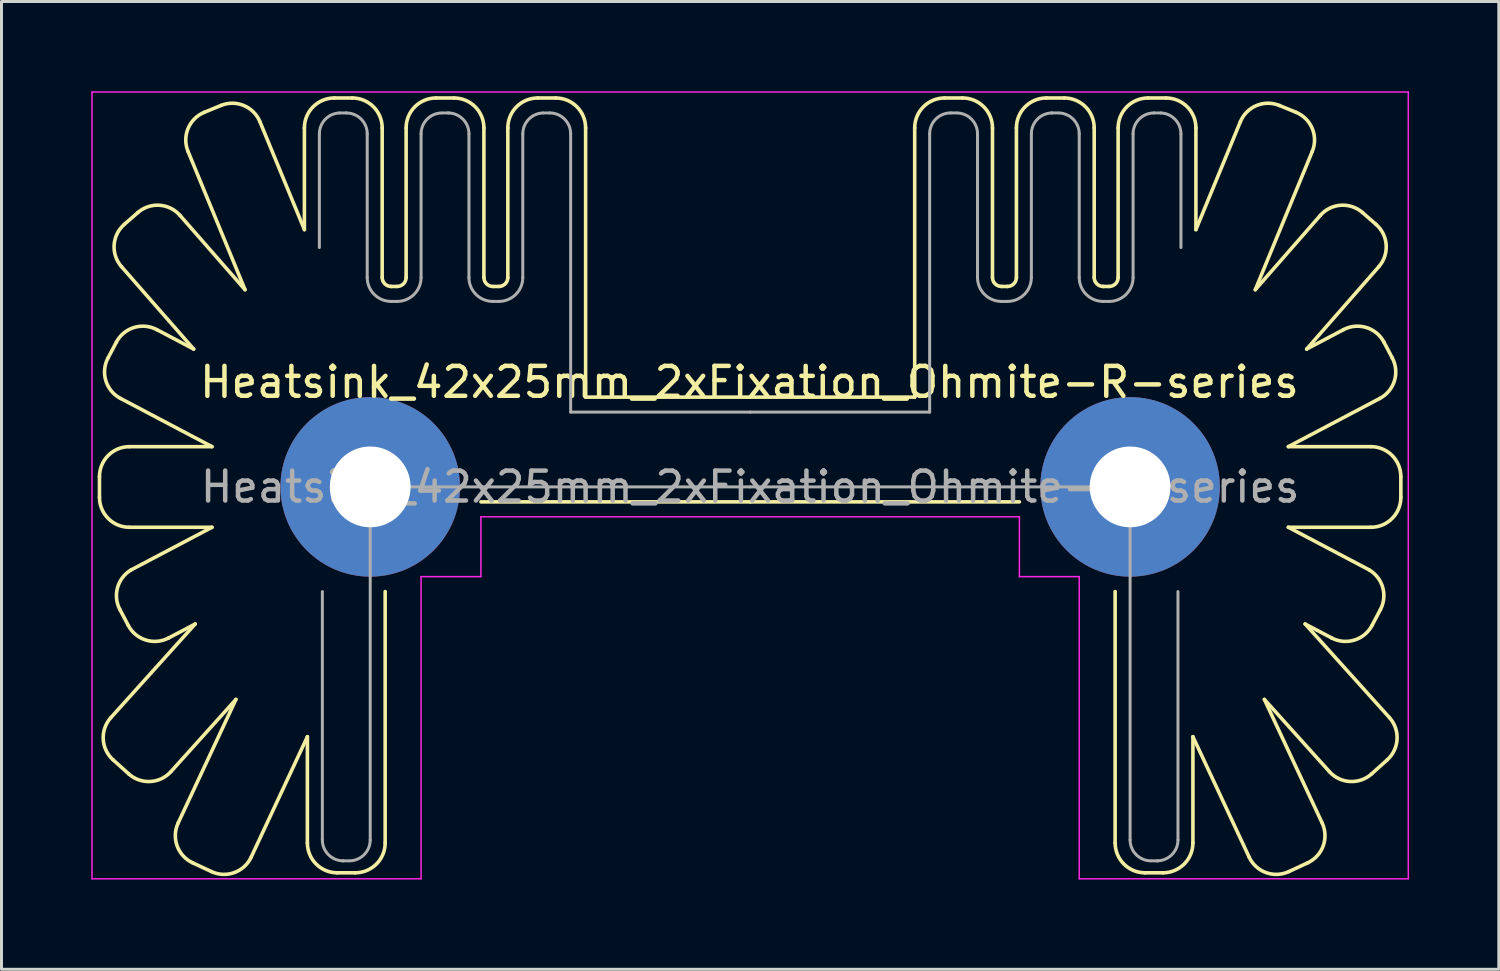
<source format=kicad_pcb>
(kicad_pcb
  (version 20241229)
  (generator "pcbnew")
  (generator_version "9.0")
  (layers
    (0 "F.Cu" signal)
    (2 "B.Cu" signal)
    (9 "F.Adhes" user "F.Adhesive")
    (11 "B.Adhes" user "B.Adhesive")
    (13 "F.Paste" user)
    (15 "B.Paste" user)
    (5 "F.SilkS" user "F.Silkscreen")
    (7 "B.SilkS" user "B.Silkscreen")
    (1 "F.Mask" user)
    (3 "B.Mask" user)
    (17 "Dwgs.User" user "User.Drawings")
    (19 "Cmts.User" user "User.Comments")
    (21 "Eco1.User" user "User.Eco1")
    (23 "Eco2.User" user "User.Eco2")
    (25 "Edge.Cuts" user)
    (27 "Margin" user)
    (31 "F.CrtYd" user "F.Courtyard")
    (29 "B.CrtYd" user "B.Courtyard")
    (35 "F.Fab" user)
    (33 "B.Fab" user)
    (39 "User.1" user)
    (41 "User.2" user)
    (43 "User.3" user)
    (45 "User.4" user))
  (footprint "Heatsink_42x25mm_2xFixation_Ohmite-R-series"
    (layer "F.Cu")
    (at 22.025 13.225)
    (property "Reference" "Heatsink_42x25mm_2xFixation_Ohmite-R-series" (at -0.025 -3.5 0) (layer "F.SilkS") (effects (font (size 1 1) (thickness 0.15))))
    (attr through_hole)
    (fp_line (start -21.75 -0.345) (end -21.75 0.35) (stroke (width 0.12) (type solid)) (layer "F.SilkS"))
    (fp_line (start -21.295 9.124) (end -20.774 9.592) (stroke (width 0.12) (type solid)) (layer "F.SilkS"))
    (fp_line (start -21.185 -4.838) (end -21.465 -4.308) (stroke (width 0.12) (type solid)) (layer "F.SilkS"))
    (fp_line (start -21.047 -2.957) (end -17.989 -1.345) (stroke (width 0.12) (type solid)) (layer "F.SilkS"))
    (fp_line (start -21.015 -7.363) (end -18.602 -4.607) (stroke (width 0.12) (type solid)) (layer "F.SilkS"))
    (fp_line (start -20.787 4.631) (end -21.067 4.101) (stroke (width 0.12) (type solid)) (layer "F.SilkS"))
    (fp_line (start -20.469 -9.169) (end -20.921 -8.774) (stroke (width 0.12) (type solid)) (layer "F.SilkS"))
    (fp_line (start -18.637 12.566) (end -18.007 12.859) (stroke (width 0.12) (type solid)) (layer "F.SilkS"))
    (fp_line (start -18.602 -4.607) (end -19.834 -5.257) (stroke (width 0.12) (type solid)) (layer "F.SilkS"))
    (fp_line (start -18.551 4.583) (end -21.369 7.712) (stroke (width 0.12) (type solid)) (layer "F.SilkS"))
    (fp_line (start -18.551 4.583) (end -19.437 5.049) (stroke (width 0.12) (type solid)) (layer "F.SilkS"))
    (fp_line (start -17.989 -1.345) (end -20.75 -1.345) (stroke (width 0.12) (type solid)) (layer "F.SilkS"))
    (fp_line (start -17.989 1.35) (end -20.75 1.35) (stroke (width 0.12) (type solid)) (layer "F.SilkS"))
    (fp_line (start -17.989 1.35) (end -20.697 2.777) (stroke (width 0.12) (type solid)) (layer "F.SilkS"))
    (fp_line (start -17.692 -12.749) (end -18.247 -12.521) (stroke (width 0.12) (type solid)) (layer "F.SilkS"))
    (fp_line (start -17.189 7.105) (end -19.362 9.518) (stroke (width 0.12) (type solid)) (layer "F.SilkS"))
    (fp_line (start -17.189 7.105) (end -19.121 11.237) (stroke (width 0.12) (type solid)) (layer "F.SilkS"))
    (fp_line (start -16.885 -6.592) (end -19.058 -9.075) (stroke (width 0.12) (type solid)) (layer "F.SilkS"))
    (fp_line (start -16.885 -6.592) (end -18.79 -11.215) (stroke (width 0.12) (type solid)) (layer "F.SilkS"))
    (fp_line (start -14.9 -12) (end -14.9 -8.6) (stroke (width 0.12) (type solid)) (layer "F.SilkS"))
    (fp_line (start -14.9 -8.6) (end -16.386 -12.206) (stroke (width 0.12) (type solid)) (layer "F.SilkS"))
    (fp_line (start -14.8 8.35) (end -16.679 12.375) (stroke (width 0.12) (type solid)) (layer "F.SilkS"))
    (fp_line (start -14.8 8.35) (end -14.8 11.9) (stroke (width 0.12) (type solid)) (layer "F.SilkS"))
    (fp_line (start -13.8 12.9) (end -13.2 12.9) (stroke (width 0.12) (type solid)) (layer "F.SilkS"))
    (fp_line (start -13.3 -13) (end -13.9 -13) (stroke (width 0.12) (type solid)) (layer "F.SilkS"))
    (fp_line (start -12.3 -7) (end -12.3 -12) (stroke (width 0.12) (type solid)) (layer "F.SilkS"))
    (fp_line (start -12.2 3.5) (end -12.2 11.9) (stroke (width 0.12) (type solid)) (layer "F.SilkS"))
    (fp_line (start -11.8 -6.7) (end -12 -6.7) (stroke (width 0.12) (type solid)) (layer "F.SilkS"))
    (fp_line (start -11.5 -12) (end -11.5 -7) (stroke (width 0.12) (type solid)) (layer "F.SilkS"))
    (fp_line (start -9.9 -13) (end -10.5 -13) (stroke (width 0.12) (type solid)) (layer "F.SilkS"))
    (fp_line (start -8.9 -7) (end -8.9 -12) (stroke (width 0.12) (type solid)) (layer "F.SilkS"))
    (fp_line (start -8.4 -6.7) (end -8.6 -6.7) (stroke (width 0.12) (type solid)) (layer "F.SilkS"))
    (fp_line (start -8.1 -12) (end -8.1 -7) (stroke (width 0.12) (type solid)) (layer "F.SilkS"))
    (fp_line (start -6.5 -13) (end -7.1 -13) (stroke (width 0.12) (type solid)) (layer "F.SilkS"))
    (fp_line (start -5.5 -3) (end -5.5 -12) (stroke (width 0.12) (type solid)) (layer "F.SilkS"))
    (fp_line (start 0 -3) (end -5.5 -3) (stroke (width 0.12) (type solid)) (layer "F.SilkS"))
    (fp_line (start 0 -3) (end 5.5 -3) (stroke (width 0.12) (type solid)) (layer "F.SilkS"))
    (fp_line (start 0 0.5) (end -9 0.5) (stroke (width 0.12) (type solid)) (layer "F.SilkS"))
    (fp_line (start 0 0.5) (end 9 0.5) (stroke (width 0.12) (type solid)) (layer "F.SilkS"))
    (fp_line (start 5.5 -3) (end 5.5 -12) (stroke (width 0.12) (type solid)) (layer "F.SilkS"))
    (fp_line (start 6.5 -13) (end 7.1 -13) (stroke (width 0.12) (type solid)) (layer "F.SilkS"))
    (fp_line (start 8.1 -12) (end 8.1 -7) (stroke (width 0.12) (type solid)) (layer "F.SilkS"))
    (fp_line (start 8.4 -6.7) (end 8.6 -6.7) (stroke (width 0.12) (type solid)) (layer "F.SilkS"))
    (fp_line (start 8.9 -7) (end 8.9 -12) (stroke (width 0.12) (type solid)) (layer "F.SilkS"))
    (fp_line (start 9.9 -13) (end 10.5 -13) (stroke (width 0.12) (type solid)) (layer "F.SilkS"))
    (fp_line (start 11.5 -12) (end 11.5 -7) (stroke (width 0.12) (type solid)) (layer "F.SilkS"))
    (fp_line (start 11.8 -6.7) (end 12 -6.7) (stroke (width 0.12) (type solid)) (layer "F.SilkS"))
    (fp_line (start 12.2 3.5) (end 12.2 11.9) (stroke (width 0.12) (type solid)) (layer "F.SilkS"))
    (fp_line (start 12.3 -7) (end 12.3 -12) (stroke (width 0.12) (type solid)) (layer "F.SilkS"))
    (fp_line (start 13.3 -13) (end 13.9 -13) (stroke (width 0.12) (type solid)) (layer "F.SilkS"))
    (fp_line (start 13.8 12.9) (end 13.2 12.9) (stroke (width 0.12) (type solid)) (layer "F.SilkS"))
    (fp_line (start 14.8 8.35) (end 14.8 11.9) (stroke (width 0.12) (type solid)) (layer "F.SilkS"))
    (fp_line (start 14.8 8.35) (end 16.679 12.375) (stroke (width 0.12) (type solid)) (layer "F.SilkS"))
    (fp_line (start 14.9 -12) (end 14.9 -8.6) (stroke (width 0.12) (type solid)) (layer "F.SilkS"))
    (fp_line (start 14.9 -8.6) (end 16.386 -12.206) (stroke (width 0.12) (type solid)) (layer "F.SilkS"))
    (fp_line (start 16.885 -6.592) (end 18.79 -11.215) (stroke (width 0.12) (type solid)) (layer "F.SilkS"))
    (fp_line (start 16.885 -6.592) (end 19.058 -9.075) (stroke (width 0.12) (type solid)) (layer "F.SilkS"))
    (fp_line (start 17.189 7.105) (end 19.121 11.237) (stroke (width 0.12) (type solid)) (layer "F.SilkS"))
    (fp_line (start 17.189 7.105) (end 19.362 9.518) (stroke (width 0.12) (type solid)) (layer "F.SilkS"))
    (fp_line (start 17.692 -12.749) (end 18.247 -12.521) (stroke (width 0.12) (type solid)) (layer "F.SilkS"))
    (fp_line (start 17.989 -1.345) (end 20.75 -1.345) (stroke (width 0.12) (type solid)) (layer "F.SilkS"))
    (fp_line (start 17.989 1.35) (end 20.697 2.777) (stroke (width 0.12) (type solid)) (layer "F.SilkS"))
    (fp_line (start 17.989 1.35) (end 20.75 1.35) (stroke (width 0.12) (type solid)) (layer "F.SilkS"))
    (fp_line (start 18.551 4.583) (end 19.437 5.049) (stroke (width 0.12) (type solid)) (layer "F.SilkS"))
    (fp_line (start 18.551 4.583) (end 21.369 7.712) (stroke (width 0.12) (type solid)) (layer "F.SilkS"))
    (fp_line (start 18.602 -4.607) (end 19.834 -5.257) (stroke (width 0.12) (type solid)) (layer "F.SilkS"))
    (fp_line (start 18.637 12.566) (end 18.007 12.859) (stroke (width 0.12) (type solid)) (layer "F.SilkS"))
    (fp_line (start 20.469 -9.169) (end 20.921 -8.774) (stroke (width 0.12) (type solid)) (layer "F.SilkS"))
    (fp_line (start 20.787 4.631) (end 21.067 4.101) (stroke (width 0.12) (type solid)) (layer "F.SilkS"))
    (fp_line (start 21.015 -7.363) (end 18.602 -4.607) (stroke (width 0.12) (type solid)) (layer "F.SilkS"))
    (fp_line (start 21.047 -2.957) (end 17.989 -1.345) (stroke (width 0.12) (type solid)) (layer "F.SilkS"))
    (fp_line (start 21.185 -4.838) (end 21.465 -4.308) (stroke (width 0.12) (type solid)) (layer "F.SilkS"))
    (fp_line (start 21.295 9.124) (end 20.774 9.592) (stroke (width 0.12) (type solid)) (layer "F.SilkS"))
    (fp_line (start 21.75 -0.345) (end 21.75 0.35) (stroke (width 0.12) (type solid)) (layer "F.SilkS"))
    (fp_arc (start -21.75 -0.34452) (mid -21.457107 -1.051627) (end -20.75 -1.34452) (stroke (width 0.12) (type solid)) (layer "F.SilkS"))
    (fp_arc (start -21.294523 9.123986) (mid -21.624022 8.433177) (end -21.368537 7.71171) (stroke (width 0.12) (type solid)) (layer "F.SilkS"))
    (fp_arc (start -21.185447 -4.838378) (mid -20.596574 -5.32727) (end -19.834479 -5.256572) (stroke (width 0.12) (type solid)) (layer "F.SilkS"))
    (fp_arc (start -21.067316 4.100505) (mid -21.145601 3.365146) (end -20.696747 2.777429) (stroke (width 0.12) (type solid)) (layer "F.SilkS"))
    (fp_arc (start -21.047085 -2.956661) (mid -21.535977 -3.545534) (end -21.465279 -4.307629) (stroke (width 0.12) (type solid)) (layer "F.SilkS"))
    (fp_arc (start -21.014596 -7.362593) (mid -21.259982 -8.087556) (end -20.92087 -8.773697) (stroke (width 0.12) (type solid)) (layer "F.SilkS"))
    (fp_arc (start -20.75 1.35) (mid -21.457107 1.057107) (end -21.75 0.35) (stroke (width 0.12) (type solid)) (layer "F.SilkS"))
    (fp_arc (start -20.469421 -9.168911) (mid -19.744458 -9.414297) (end -19.058317 -9.075185) (stroke (width 0.12) (type solid)) (layer "F.SilkS"))
    (fp_arc (start -19.436516 5.049448) (mid -20.198611 5.120146) (end -20.787484 4.631254) (stroke (width 0.12) (type solid)) (layer "F.SilkS"))
    (fp_arc (start -19.362046 9.518363) (mid -20.052855 9.847862) (end -20.774322 9.592377) (stroke (width 0.12) (type solid)) (layer "F.SilkS"))
    (fp_arc (start -18.789995 -11.214946) (mid -18.788659 -11.980313) (end -18.246519 -12.520564) (stroke (width 0.12) (type solid)) (layer "F.SilkS"))
    (fp_arc (start -18.636916 12.565527) (mid -19.15399 12.001239) (end -19.120604 11.236601) (stroke (width 0.12) (type solid)) (layer "F.SilkS"))
    (fp_arc (start -17.691791 -12.749206) (mid -16.926426 -12.74787) (end -16.386175 -12.20573) (stroke (width 0.12) (type solid)) (layer "F.SilkS"))
    (fp_arc (start -16.678541 12.375356) (mid -17.242829 12.89243) (end -18.007467 12.859044) (stroke (width 0.12) (type solid)) (layer "F.SilkS"))
    (fp_arc (start -14.9 -12) (mid -14.607107 -12.707107) (end -13.9 -13) (stroke (width 0.12) (type solid)) (layer "F.SilkS"))
    (fp_arc (start -13.8 12.9) (mid -14.507107 12.607107) (end -14.8 11.9) (stroke (width 0.12) (type solid)) (layer "F.SilkS"))
    (fp_arc (start -13.3 -13) (mid -12.592893 -12.707107) (end -12.3 -12) (stroke (width 0.12) (type solid)) (layer "F.SilkS"))
    (fp_arc (start -12.2 11.9) (mid -12.492893 12.607107) (end -13.2 12.9) (stroke (width 0.12) (type solid)) (layer "F.SilkS"))
    (fp_arc (start -12 -6.7) (mid -12.212132 -6.787868) (end -12.3 -7) (stroke (width 0.12) (type solid)) (layer "F.SilkS"))
    (fp_arc (start -11.5 -12) (mid -11.207107 -12.707107) (end -10.5 -13) (stroke (width 0.12) (type solid)) (layer "F.SilkS"))
    (fp_arc (start -11.5 -7) (mid -11.587868 -6.787868) (end -11.8 -6.7) (stroke (width 0.12) (type solid)) (layer "F.SilkS"))
    (fp_arc (start -9.9 -13) (mid -9.192893 -12.707107) (end -8.9 -12) (stroke (width 0.12) (type solid)) (layer "F.SilkS"))
    (fp_arc (start -8.6 -6.7) (mid -8.812132 -6.787868) (end -8.9 -7) (stroke (width 0.12) (type solid)) (layer "F.SilkS"))
    (fp_arc (start -8.1 -12) (mid -7.807107 -12.707107) (end -7.1 -13) (stroke (width 0.12) (type solid)) (layer "F.SilkS"))
    (fp_arc (start -8.1 -7) (mid -8.187868 -6.787868) (end -8.4 -6.7) (stroke (width 0.12) (type solid)) (layer "F.SilkS"))
    (fp_arc (start -6.5 -13) (mid -5.792893 -12.707107) (end -5.5 -12) (stroke (width 0.12) (type solid)) (layer "F.SilkS"))
    (fp_arc (start 5.5 -12) (mid 5.792893 -12.707107) (end 6.5 -13) (stroke (width 0.12) (type solid)) (layer "F.SilkS"))
    (fp_arc (start 7.1 -13) (mid 7.807107 -12.707107) (end 8.1 -12) (stroke (width 0.12) (type solid)) (layer "F.SilkS"))
    (fp_arc (start 8.4 -6.7) (mid 8.187868 -6.787868) (end 8.1 -7) (stroke (width 0.12) (type solid)) (layer "F.SilkS"))
    (fp_arc (start 8.9 -12) (mid 9.192893 -12.707107) (end 9.9 -13) (stroke (width 0.12) (type solid)) (layer "F.SilkS"))
    (fp_arc (start 8.9 -7) (mid 8.812132 -6.787868) (end 8.6 -6.7) (stroke (width 0.12) (type solid)) (layer "F.SilkS"))
    (fp_arc (start 10.5 -13) (mid 11.207107 -12.707107) (end 11.5 -12) (stroke (width 0.12) (type solid)) (layer "F.SilkS"))
    (fp_arc (start 11.8 -6.7) (mid 11.587868 -6.787868) (end 11.5 -7) (stroke (width 0.12) (type solid)) (layer "F.SilkS"))
    (fp_arc (start 12.3 -12) (mid 12.592893 -12.707107) (end 13.3 -13) (stroke (width 0.12) (type solid)) (layer "F.SilkS"))
    (fp_arc (start 12.3 -7) (mid 12.212132 -6.787868) (end 12 -6.7) (stroke (width 0.12) (type solid)) (layer "F.SilkS"))
    (fp_arc (start 13.2 12.9) (mid 12.492893 12.607107) (end 12.2 11.9) (stroke (width 0.12) (type solid)) (layer "F.SilkS"))
    (fp_arc (start 13.9 -13) (mid 14.607107 -12.707107) (end 14.9 -12) (stroke (width 0.12) (type solid)) (layer "F.SilkS"))
    (fp_arc (start 14.8 11.9) (mid 14.507107 12.607107) (end 13.8 12.9) (stroke (width 0.12) (type solid)) (layer "F.SilkS"))
    (fp_arc (start 16.386175 -12.20573) (mid 16.926425 -12.74787) (end 17.691791 -12.749206) (stroke (width 0.12) (type solid)) (layer "F.SilkS"))
    (fp_arc (start 18.007467 12.859044) (mid 17.242829 12.89243) (end 16.678541 12.375356) (stroke (width 0.12) (type solid)) (layer "F.SilkS"))
    (fp_arc (start 18.246519 -12.520564) (mid 18.788659 -11.980313) (end 18.789995 -11.214946) (stroke (width 0.12) (type solid)) (layer "F.SilkS"))
    (fp_arc (start 19.058317 -9.075185) (mid 19.744458 -9.414297) (end 20.469421 -9.168911) (stroke (width 0.12) (type solid)) (layer "F.SilkS"))
    (fp_arc (start 19.120604 11.236601) (mid 19.15399 12.001239) (end 18.636916 12.565527) (stroke (width 0.12) (type solid)) (layer "F.SilkS"))
    (fp_arc (start 19.834479 -5.256572) (mid 20.596574 -5.32727) (end 21.185447 -4.838378) (stroke (width 0.12) (type solid)) (layer "F.SilkS"))
    (fp_arc (start 20.696747 2.777429) (mid 21.145601 3.365146) (end 21.067316 4.100505) (stroke (width 0.12) (type solid)) (layer "F.SilkS"))
    (fp_arc (start 20.75 -1.34452) (mid 21.457107 -1.051627) (end 21.75 -0.34452) (stroke (width 0.12) (type solid)) (layer "F.SilkS"))
    (fp_arc (start 20.774322 9.592377) (mid 20.052855 9.847862) (end 19.362046 9.518363) (stroke (width 0.12) (type solid)) (layer "F.SilkS"))
    (fp_arc (start 20.787484 4.631254) (mid 20.198611 5.120146) (end 19.436516 5.049448) (stroke (width 0.12) (type solid)) (layer "F.SilkS"))
    (fp_arc (start 20.92087 -8.773697) (mid 21.259982 -8.087556) (end 21.014596 -7.362593) (stroke (width 0.12) (type solid)) (layer "F.SilkS"))
    (fp_arc (start 21.368537 7.71171) (mid 21.624022 8.433177) (end 21.294523 9.123986) (stroke (width 0.12) (type solid)) (layer "F.SilkS"))
    (fp_arc (start 21.465279 -4.307629) (mid 21.535977 -3.545534) (end 21.047085 -2.956661) (stroke (width 0.12) (type solid)) (layer "F.SilkS"))
    (fp_arc (start 21.75 0.35) (mid 21.457107 1.057107) (end 20.75 1.35) (stroke (width 0.12) (type solid)) (layer "F.SilkS"))
    (fp_line (start -22 -13.2) (end -22 13.1) (stroke (width 0.05) (type solid)) (layer "F.CrtYd"))
    (fp_line (start -22 -13.2) (end 22 -13.2) (stroke (width 0.05) (type solid)) (layer "F.CrtYd"))
    (fp_line (start -11 3) (end -9 3) (stroke (width 0.05) (type solid)) (layer "F.CrtYd"))
    (fp_line (start -11 13.1) (end -22 13.1) (stroke (width 0.05) (type solid)) (layer "F.CrtYd"))
    (fp_line (start -11 13.1) (end -11 3) (stroke (width 0.05) (type solid)) (layer "F.CrtYd"))
    (fp_line (start -9 1) (end 9 1) (stroke (width 0.05) (type solid)) (layer "F.CrtYd"))
    (fp_line (start -9 3) (end -9 1) (stroke (width 0.05) (type solid)) (layer "F.CrtYd"))
    (fp_line (start 9 3) (end 9 1) (stroke (width 0.05) (type solid)) (layer "F.CrtYd"))
    (fp_line (start 9 3) (end 11 3) (stroke (width 0.05) (type solid)) (layer "F.CrtYd"))
    (fp_line (start 11 13.1) (end 11 3) (stroke (width 0.05) (type solid)) (layer "F.CrtYd"))
    (fp_line (start 22 13.1) (end 11 13.1) (stroke (width 0.05) (type solid)) (layer "F.CrtYd"))
    (fp_line (start 22 13.1) (end 22 -13.2) (stroke (width 0.05) (type solid)) (layer "F.CrtYd"))
    (fp_line (start -14.4 -8) (end -14.4 -11.8) (stroke (width 0.1) (type solid)) (layer "F.Fab"))
    (fp_line (start -14.3 3.5) (end -14.3 11.8) (stroke (width 0.1) (type solid)) (layer "F.Fab"))
    (fp_line (start -13.626 12.5) (end -13.4 12.5) (stroke (width 0.1) (type solid)) (layer "F.Fab"))
    (fp_line (start -13.5 -12.5) (end -13.725 -12.5) (stroke (width 0.1) (type solid)) (layer "F.Fab"))
    (fp_line (start -12.8 -7) (end -12.8 -11.8) (stroke (width 0.1) (type solid)) (layer "F.Fab"))
    (fp_line (start -12.7 1.15) (end -12.7 11.8) (stroke (width 0.1) (type solid)) (layer "F.Fab"))
    (fp_line (start -11.8 -6.2) (end -12 -6.2) (stroke (width 0.1) (type solid)) (layer "F.Fab"))
    (fp_line (start -11 -11.8) (end -11 -7) (stroke (width 0.1) (type solid)) (layer "F.Fab"))
    (fp_line (start -10.074 -12.5) (end -10.3 -12.5) (stroke (width 0.1) (type solid)) (layer "F.Fab"))
    (fp_line (start -9.4 -7) (end -9.4 -11.8) (stroke (width 0.1) (type solid)) (layer "F.Fab"))
    (fp_line (start -8.4 -6.2) (end -8.6 -6.2) (stroke (width 0.1) (type solid)) (layer "F.Fab"))
    (fp_line (start -7.6 -11.8) (end -7.6 -7) (stroke (width 0.1) (type solid)) (layer "F.Fab"))
    (fp_line (start -6.7 -12.5) (end -6.9 -12.5) (stroke (width 0.1) (type solid)) (layer "F.Fab"))
    (fp_line (start -6 -2.5) (end -6 -11.8) (stroke (width 0.1) (type solid)) (layer "F.Fab"))
    (fp_line (start 0 -2.5) (end -6 -2.5) (stroke (width 0.1) (type solid)) (layer "F.Fab"))
    (fp_line (start 0 -2.5) (end 6 -2.5) (stroke (width 0.1) (type solid)) (layer "F.Fab"))
    (fp_line (start 0 0) (end -11.55 0) (stroke (width 0.1) (type solid)) (layer "F.Fab"))
    (fp_line (start 0 0) (end 11.55 0) (stroke (width 0.1) (type solid)) (layer "F.Fab"))
    (fp_line (start 6 -2.5) (end 6 -11.8) (stroke (width 0.1) (type solid)) (layer "F.Fab"))
    (fp_line (start 6.7 -12.5) (end 6.9 -12.5) (stroke (width 0.1) (type solid)) (layer "F.Fab"))
    (fp_line (start 7.6 -11.8) (end 7.6 -7) (stroke (width 0.1) (type solid)) (layer "F.Fab"))
    (fp_line (start 8.4 -6.2) (end 8.6 -6.2) (stroke (width 0.1) (type solid)) (layer "F.Fab"))
    (fp_line (start 9.4 -7) (end 9.4 -11.8) (stroke (width 0.1) (type solid)) (layer "F.Fab"))
    (fp_line (start 10.074 -12.5) (end 10.3 -12.5) (stroke (width 0.1) (type solid)) (layer "F.Fab"))
    (fp_line (start 11 -11.8) (end 11 -7) (stroke (width 0.1) (type solid)) (layer "F.Fab"))
    (fp_line (start 11.8 -6.2) (end 12 -6.2) (stroke (width 0.1) (type solid)) (layer "F.Fab"))
    (fp_line (start 12.7 1.15) (end 12.7 11.8) (stroke (width 0.1) (type solid)) (layer "F.Fab"))
    (fp_line (start 12.8 -7) (end 12.8 -11.8) (stroke (width 0.1) (type solid)) (layer "F.Fab"))
    (fp_line (start 13.5 -12.5) (end 13.725 -12.5) (stroke (width 0.1) (type solid)) (layer "F.Fab"))
    (fp_line (start 13.626 12.5) (end 13.4 12.5) (stroke (width 0.1) (type solid)) (layer "F.Fab"))
    (fp_line (start 14.3 3.5) (end 14.3 11.8) (stroke (width 0.1) (type solid)) (layer "F.Fab"))
    (fp_line (start 14.4 -8) (end 14.4 -11.8) (stroke (width 0.1) (type solid)) (layer "F.Fab"))
    (fp_arc (start -14.39953 -11.8) (mid -14.203492 -12.285821) (end -13.725181 -12.49953) (stroke (width 0.1) (type solid)) (layer "F.Fab"))
    (fp_arc (start -13.60047 12.5) (mid -14.095445 12.294975) (end -14.30047 11.8) (stroke (width 0.1) (type solid)) (layer "F.Fab"))
    (fp_arc (start -13.49953 -12.5) (mid -13.004555 -12.294975) (end -12.79953 -11.8) (stroke (width 0.1) (type solid)) (layer "F.Fab"))
    (fp_arc (start -12.7 11.8) (mid -12.896038 12.285821) (end -13.374349 12.49953) (stroke (width 0.1) (type solid)) (layer "F.Fab"))
    (fp_arc (start -12 -6.2) (mid -12.565685 -6.434315) (end -12.8 -7) (stroke (width 0.1) (type solid)) (layer "F.Fab"))
    (fp_arc (start -11.55 0) (mid -11.886827 0.813173) (end -12.7 1.15) (stroke (width 0.1) (type solid)) (layer "F.Fab"))
    (fp_arc (start -11 -11.8) (mid -10.803962 -12.285821) (end -10.325651 -12.49953) (stroke (width 0.1) (type solid)) (layer "F.Fab"))
    (fp_arc (start -11 -7) (mid -11.234315 -6.434315) (end -11.8 -6.2) (stroke (width 0.1) (type solid)) (layer "F.Fab"))
    (fp_arc (start -10.09953 -12.5) (mid -9.604555 -12.294975) (end -9.39953 -11.8) (stroke (width 0.1) (type solid)) (layer "F.Fab"))
    (fp_arc (start -8.6 -6.2) (mid -9.165685 -6.434315) (end -9.4 -7) (stroke (width 0.1) (type solid)) (layer "F.Fab"))
    (fp_arc (start -7.6 -11.8) (mid -7.403962 -12.285821) (end -6.925651 -12.49953) (stroke (width 0.1) (type solid)) (layer "F.Fab"))
    (fp_arc (start -7.6 -7) (mid -7.834315 -6.434315) (end -8.4 -6.2) (stroke (width 0.1) (type solid)) (layer "F.Fab"))
    (fp_arc (start -6.7 -12.5) (mid -6.205025 -12.294975) (end -6 -11.8) (stroke (width 0.1) (type solid)) (layer "F.Fab"))
    (fp_arc (start 6 -11.8) (mid 6.205025 -12.294975) (end 6.7 -12.5) (stroke (width 0.1) (type solid)) (layer "F.Fab"))
    (fp_arc (start 6.925651 -12.49953) (mid 7.403962 -12.285821) (end 7.6 -11.8) (stroke (width 0.1) (type solid)) (layer "F.Fab"))
    (fp_arc (start 8.4 -6.2) (mid 7.834315 -6.434315) (end 7.6 -7) (stroke (width 0.1) (type solid)) (layer "F.Fab"))
    (fp_arc (start 9.39953 -11.8) (mid 9.604555 -12.294975) (end 10.09953 -12.5) (stroke (width 0.1) (type solid)) (layer "F.Fab"))
    (fp_arc (start 9.4 -7) (mid 9.165685 -6.434315) (end 8.6 -6.2) (stroke (width 0.1) (type solid)) (layer "F.Fab"))
    (fp_arc (start 10.325651 -12.49953) (mid 10.803962 -12.285821) (end 11 -11.8) (stroke (width 0.1) (type solid)) (layer "F.Fab"))
    (fp_arc (start 11.8 -6.2) (mid 11.234315 -6.434315) (end 11 -7) (stroke (width 0.1) (type solid)) (layer "F.Fab"))
    (fp_arc (start 12.7 1.15) (mid 11.886827 0.813173) (end 11.55 0) (stroke (width 0.1) (type solid)) (layer "F.Fab"))
    (fp_arc (start 12.79953 -11.8) (mid 13.004555 -12.294975) (end 13.49953 -12.5) (stroke (width 0.1) (type solid)) (layer "F.Fab"))
    (fp_arc (start 12.8 -7) (mid 12.565685 -6.434315) (end 12 -6.2) (stroke (width 0.1) (type solid)) (layer "F.Fab"))
    (fp_arc (start 13.374349 12.49953) (mid 12.896038 12.285821) (end 12.7 11.8) (stroke (width 0.1) (type solid)) (layer "F.Fab"))
    (fp_arc (start 13.725181 -12.49953) (mid 14.203492 -12.285821) (end 14.39953 -11.8) (stroke (width 0.1) (type solid)) (layer "F.Fab"))
    (fp_arc (start 14.30047 11.8) (mid 14.095445 12.294975) (end 13.60047 12.5) (stroke (width 0.1) (type solid)) (layer "F.Fab"))
    (fp_text user "${REFERENCE}" (at 0 0 0) (layer "F.Fab") (effects (font (size 1 1) (thickness 0.15))))
    (pad "1" thru_hole circle (at -12.7 0 180) (size 6 6) (drill 2.7) (layers "*.Cu" "*.Mask"))
    (pad "1" thru_hole circle (at 12.7 0) (size 6 6) (drill 2.7) (layers "*.Cu" "*.Mask")))
  (gr_rect
    (start -3 -3)
    (end 47.05 29.35)
    (stroke (width 0.1) (type default))
    (fill no)
    (layer "Edge.Cuts")))
</source>
